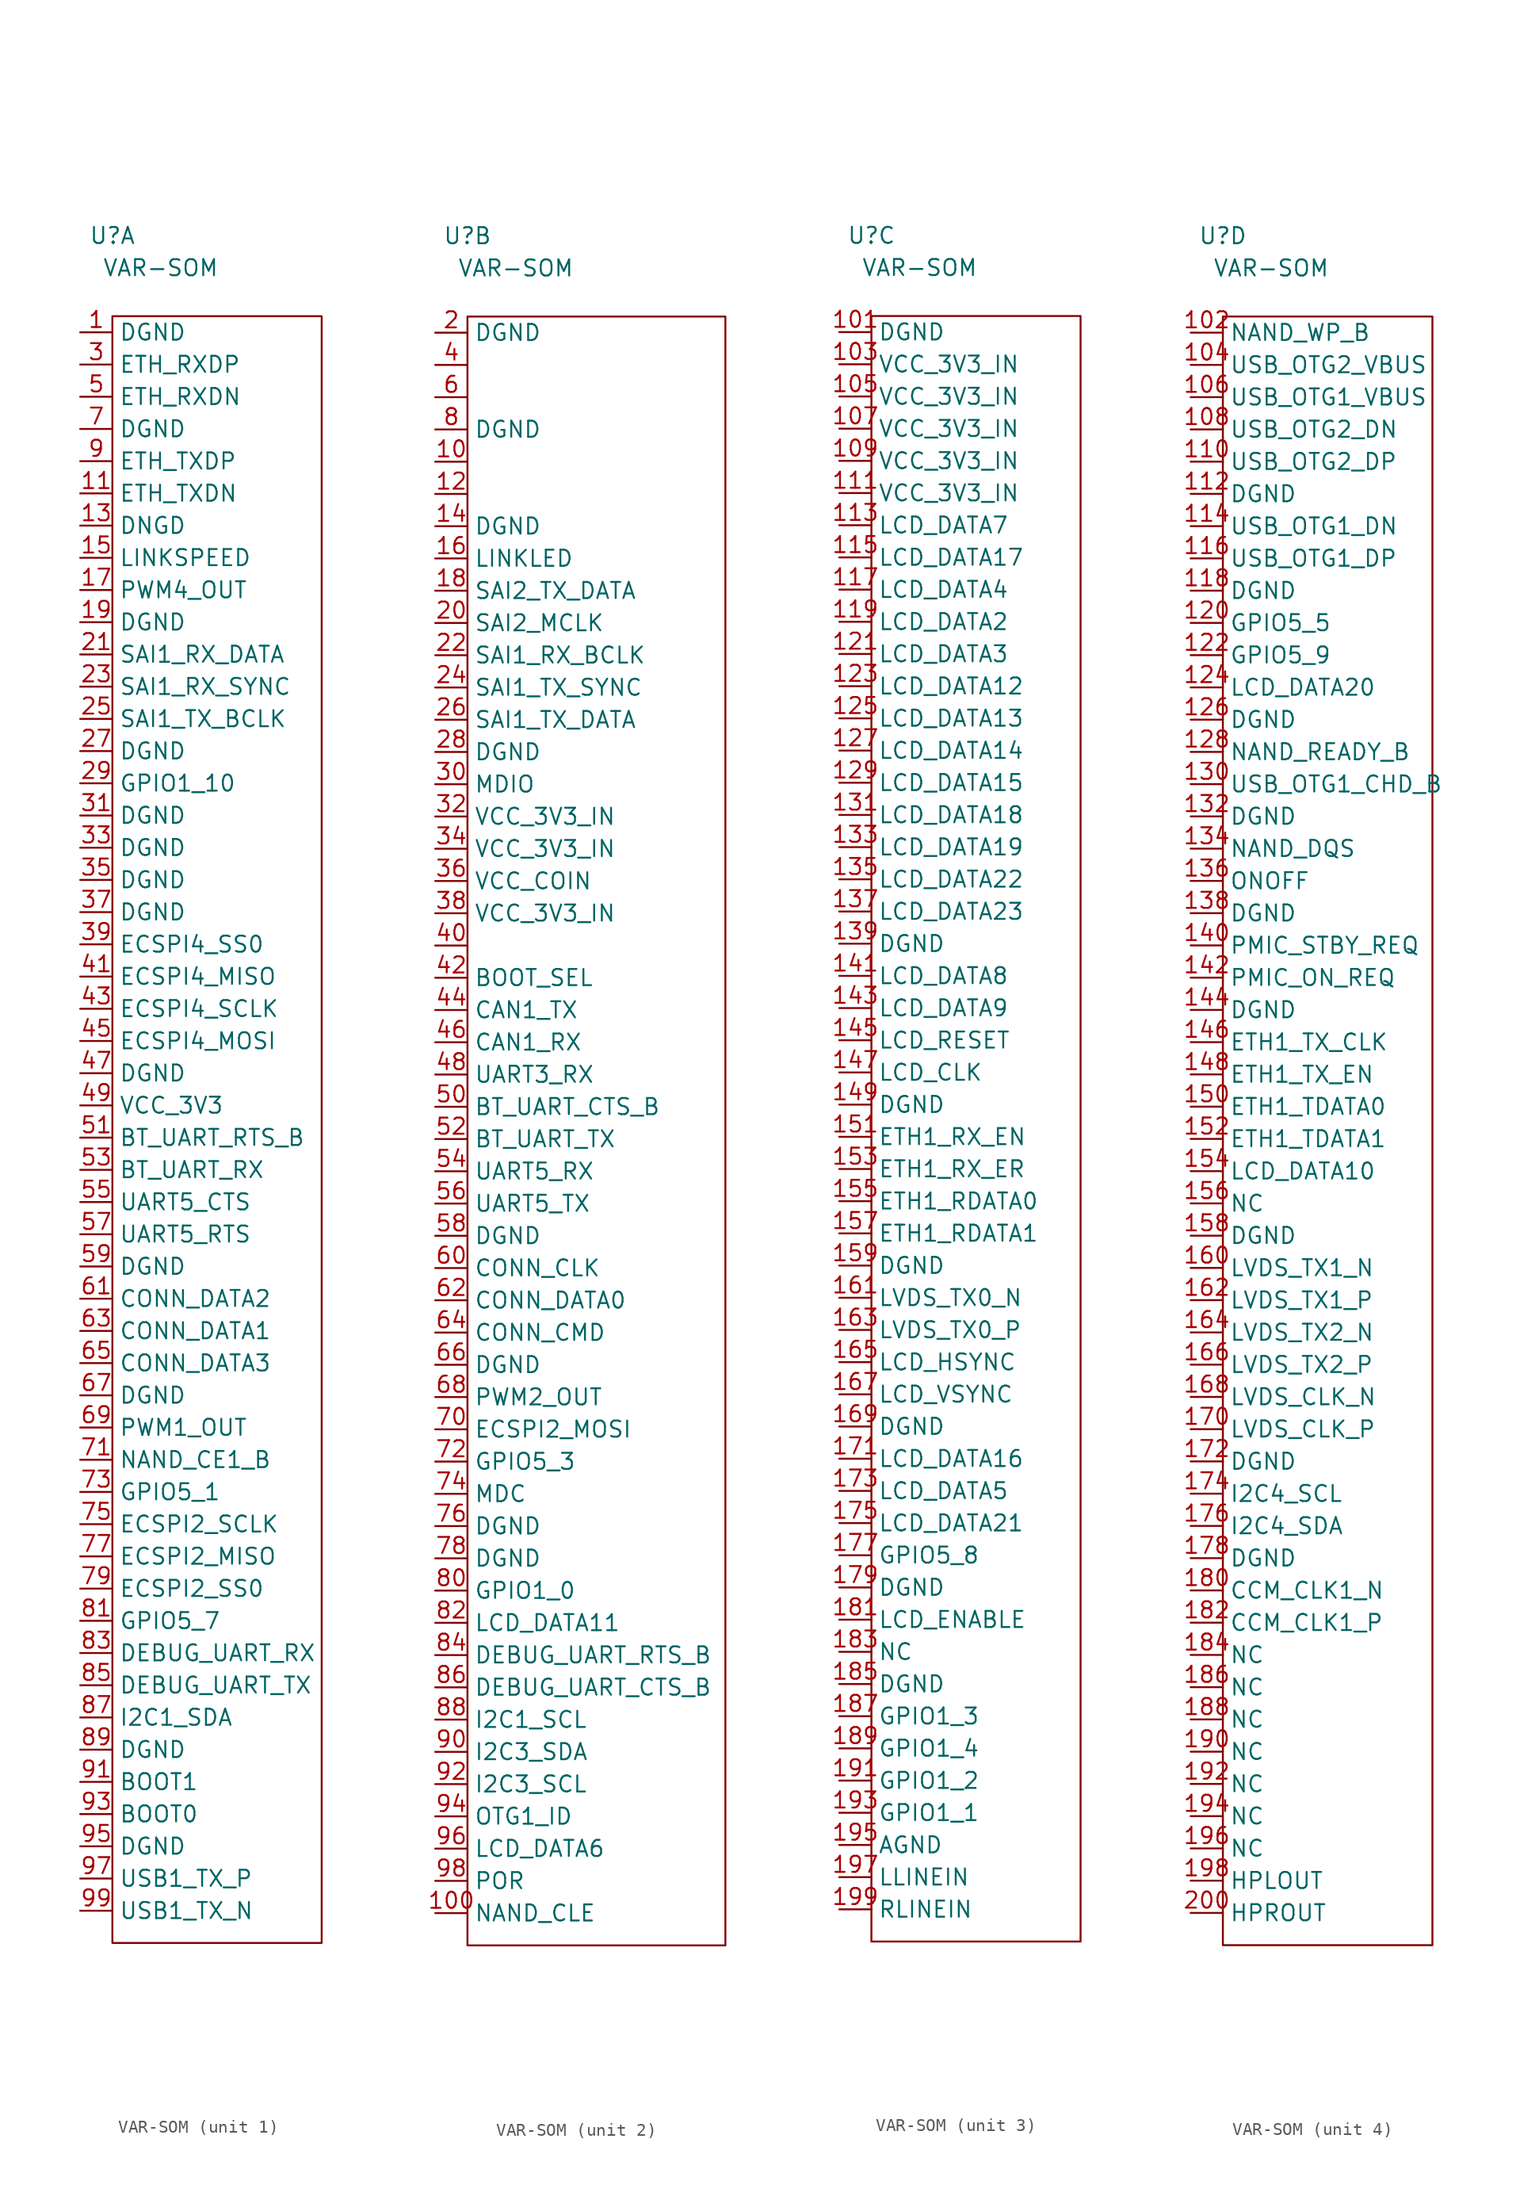
<source format=kicad_sym>
(kicad_symbol_lib
  (version 20211014)
  (generator kicad_symbol_editor)
  (symbol "VAR-SOM"
    (property "Reference" "U"
      (at -7.62 66.04 0)
      (effects (font (size 1.27 1.27))))
    (property "Value" "VAR-SOM"
      (at -3.81 63.5 0)
      (effects (font (size 1.27 1.27))))
    (property "ki_locked" ""
      (at 0 0 0)
      (effects (font (size 1.27 1.27))))
    (symbol "VAR-SOM_1_0"
      (pin unspecified line (at -10.16 58.42 0) (length 2.54) (name "DGND" (effects (font (size 1.27 1.27)))) (number "1" (effects (font (size 1.27 1.27)))))
      (pin unspecified line (at -10.16 45.72 0) (length 2.54) (name "ETH_TXDN" (effects (font (size 1.27 1.27)))) (number "11" (effects (font (size 1.27 1.27)))))
      (pin unspecified line (at -10.16 43.18 0) (length 2.54) (name "DNGD" (effects (font (size 1.27 1.27)))) (number "13" (effects (font (size 1.27 1.27)))))
      (pin unspecified line (at -10.16 40.64 0) (length 2.54) (name "LINKSPEED" (effects (font (size 1.27 1.27)))) (number "15" (effects (font (size 1.27 1.27)))))
      (pin unspecified line (at -10.16 38.1 0) (length 2.54) (name "PWM4_OUT" (effects (font (size 1.27 1.27)))) (number "17" (effects (font (size 1.27 1.27)))))
      (pin unspecified line (at -10.16 35.56 0) (length 2.54) (name "DGND" (effects (font (size 1.27 1.27)))) (number "19" (effects (font (size 1.27 1.27)))))
      (pin unspecified line (at -10.16 33.02 0) (length 2.54) (name "SAI1_RX_DATA" (effects (font (size 1.27 1.27)))) (number "21" (effects (font (size 1.27 1.27)))))
      (pin unspecified line (at -10.16 30.48 0) (length 2.54) (name "SAI1_RX_SYNC" (effects (font (size 1.27 1.27)))) (number "23" (effects (font (size 1.27 1.27)))))
      (pin unspecified line (at -10.16 27.94 0) (length 2.54) (name "SAI1_TX_BCLK" (effects (font (size 1.27 1.27)))) (number "25" (effects (font (size 1.27 1.27)))))
      (pin unspecified line (at -10.16 25.4 0) (length 2.54) (name "DGND" (effects (font (size 1.27 1.27)))) (number "27" (effects (font (size 1.27 1.27)))))
      (pin unspecified line (at -10.16 22.86 0) (length 2.54) (name "GPIO1_10" (effects (font (size 1.27 1.27)))) (number "29" (effects (font (size 1.27 1.27)))))
      (pin unspecified line (at -10.16 55.88 0) (length 2.54) (name "ETH_RXDP" (effects (font (size 1.27 1.27)))) (number "3" (effects (font (size 1.27 1.27)))))
      (pin unspecified line (at -10.16 20.32 0) (length 2.54) (name "DGND" (effects (font (size 1.27 1.27)))) (number "31" (effects (font (size 1.27 1.27)))))
      (pin unspecified line (at -10.16 17.78 0) (length 2.54) (name "DGND" (effects (font (size 1.27 1.27)))) (number "33" (effects (font (size 1.27 1.27)))))
      (pin unspecified line (at -10.16 15.24 0) (length 2.54) (name "DGND" (effects (font (size 1.27 1.27)))) (number "35" (effects (font (size 1.27 1.27)))))
      (pin unspecified line (at -10.16 12.7 0) (length 2.54) (name "DGND" (effects (font (size 1.27 1.27)))) (number "37" (effects (font (size 1.27 1.27)))))
      (pin unspecified line (at -10.16 10.16 0) (length 2.54) (name "ECSPI4_SS0" (effects (font (size 1.27 1.27)))) (number "39" (effects (font (size 1.27 1.27)))))
      (pin unspecified line (at -10.16 7.62 0) (length 2.54) (name "ECSPI4_MISO" (effects (font (size 1.27 1.27)))) (number "41" (effects (font (size 1.27 1.27)))))
      (pin unspecified line (at -10.16 5.08 0) (length 2.54) (name "ECSPI4_SCLK" (effects (font (size 1.27 1.27)))) (number "43" (effects (font (size 1.27 1.27)))))
      (pin unspecified line (at -10.16 2.54 0) (length 2.54) (name "ECSPI4_MOSI" (effects (font (size 1.27 1.27)))) (number "45" (effects (font (size 1.27 1.27)))))
      (pin unspecified line (at -10.16 0 0) (length 2.54) (name "DGND" (effects (font (size 1.27 1.27)))) (number "47" (effects (font (size 1.27 1.27)))))
      (pin unspecified line (at -10.16 -2.54 0) (length 2.54) (name "VCC_3V3" (effects (font (size 1.27 1.27)))) (number "49" (effects (font (size 1.27 1.27)))))
      (pin unspecified line (at -10.16 53.34 0) (length 2.54) (name "ETH_RXDN" (effects (font (size 1.27 1.27)))) (number "5" (effects (font (size 1.27 1.27)))))
      (pin unspecified line (at -10.16 -5.08 0) (length 2.54) (name "BT_UART_RTS_B" (effects (font (size 1.27 1.27)))) (number "51" (effects (font (size 1.27 1.27)))))
      (pin unspecified line (at -10.16 -7.62 0) (length 2.54) (name "BT_UART_RX" (effects (font (size 1.27 1.27)))) (number "53" (effects (font (size 1.27 1.27)))))
      (pin unspecified line (at -10.16 -10.16 0) (length 2.54) (name "UART5_CTS" (effects (font (size 1.27 1.27)))) (number "55" (effects (font (size 1.27 1.27)))))
      (pin unspecified line (at -10.16 -12.7 0) (length 2.54) (name "UART5_RTS" (effects (font (size 1.27 1.27)))) (number "57" (effects (font (size 1.27 1.27)))))
      (pin unspecified line (at -10.16 -15.24 0) (length 2.54) (name "DGND" (effects (font (size 1.27 1.27)))) (number "59" (effects (font (size 1.27 1.27)))))
      (pin unspecified line (at -10.16 -17.78 0) (length 2.54) (name "CONN_DATA2" (effects (font (size 1.27 1.27)))) (number "61" (effects (font (size 1.27 1.27)))))
      (pin unspecified line (at -10.16 -20.32 0) (length 2.54) (name "CONN_DATA1" (effects (font (size 1.27 1.27)))) (number "63" (effects (font (size 1.27 1.27)))))
      (pin unspecified line (at -10.16 -22.86 0) (length 2.54) (name "CONN_DATA3" (effects (font (size 1.27 1.27)))) (number "65" (effects (font (size 1.27 1.27)))))
      (pin unspecified line (at -10.16 -25.4 0) (length 2.54) (name "DGND" (effects (font (size 1.27 1.27)))) (number "67" (effects (font (size 1.27 1.27)))))
      (pin unspecified line (at -10.16 -27.94 0) (length 2.54) (name "PWM1_OUT" (effects (font (size 1.27 1.27)))) (number "69" (effects (font (size 1.27 1.27)))))
      (pin unspecified line (at -10.16 50.8 0) (length 2.54) (name "DGND" (effects (font (size 1.27 1.27)))) (number "7" (effects (font (size 1.27 1.27)))))
      (pin unspecified line (at -10.16 -30.48 0) (length 2.54) (name "NAND_CE1_B" (effects (font (size 1.27 1.27)))) (number "71" (effects (font (size 1.27 1.27)))))
      (pin unspecified line (at -10.16 -33.02 0) (length 2.54) (name "GPIO5_1" (effects (font (size 1.27 1.27)))) (number "73" (effects (font (size 1.27 1.27)))))
      (pin unspecified line (at -10.16 -35.56 0) (length 2.54) (name "ECSPI2_SCLK" (effects (font (size 1.27 1.27)))) (number "75" (effects (font (size 1.27 1.27)))))
      (pin unspecified line (at -10.16 -38.1 0) (length 2.54) (name "ECSPI2_MISO" (effects (font (size 1.27 1.27)))) (number "77" (effects (font (size 1.27 1.27)))))
      (pin unspecified line (at -10.16 -40.64 0) (length 2.54) (name "ECSPI2_SS0" (effects (font (size 1.27 1.27)))) (number "79" (effects (font (size 1.27 1.27)))))
      (pin unspecified line (at -10.16 -43.18 0) (length 2.54) (name "GPIO5_7" (effects (font (size 1.27 1.27)))) (number "81" (effects (font (size 1.27 1.27)))))
      (pin unspecified line (at -10.16 -45.72 0) (length 2.54) (name "DEBUG_UART_RX" (effects (font (size 1.27 1.27)))) (number "83" (effects (font (size 1.27 1.27)))))
      (pin unspecified line (at -10.16 -48.26 0) (length 2.54) (name "DEBUG_UART_TX" (effects (font (size 1.27 1.27)))) (number "85" (effects (font (size 1.27 1.27)))))
      (pin unspecified line (at -10.16 -50.8 0) (length 2.54) (name "I2C1_SDA" (effects (font (size 1.27 1.27)))) (number "87" (effects (font (size 1.27 1.27)))))
      (pin unspecified line (at -10.16 -53.34 0) (length 2.54) (name "DGND" (effects (font (size 1.27 1.27)))) (number "89" (effects (font (size 1.27 1.27)))))
      (pin unspecified line (at -10.16 48.26 0) (length 2.54) (name "ETH_TXDP" (effects (font (size 1.27 1.27)))) (number "9" (effects (font (size 1.27 1.27)))))
      (pin unspecified line (at -10.16 -55.88 0) (length 2.54) (name "BOOT1" (effects (font (size 1.27 1.27)))) (number "91" (effects (font (size 1.27 1.27)))))
      (pin unspecified line (at -10.16 -58.42 0) (length 2.54) (name "BOOT0" (effects (font (size 1.27 1.27)))) (number "93" (effects (font (size 1.27 1.27)))))
      (pin unspecified line (at -10.16 -60.96 0) (length 2.54) (name "DGND" (effects (font (size 1.27 1.27)))) (number "95" (effects (font (size 1.27 1.27)))))
      (pin unspecified line (at -10.16 -63.5 0) (length 2.54) (name "USB1_TX_P" (effects (font (size 1.27 1.27)))) (number "97" (effects (font (size 1.27 1.27)))))
      (pin unspecified line (at -10.16 -66.04 0) (length 2.54) (name "USB1_TX_N" (effects (font (size 1.27 1.27)))) (number "99" (effects (font (size 1.27 1.27))))))
    (symbol "VAR-SOM_1_1"
      (rectangle (start -7.62 59.69) (end 8.89 -68.58) (stroke (width 0) (type default) (color 0 0 0 0)) (fill (type none))))
    (symbol "VAR-SOM_2_0"
      (pin unspecified line (at -10.16 48.26 0) (length 2.54) (name "" (effects (font (size 1.27 1.27)))) (number "10" (effects (font (size 1.27 1.27)))))
      (pin unspecified line (at -10.16 -66.04 0) (length 2.54) (name "NAND_CLE" (effects (font (size 1.27 1.27)))) (number "100" (effects (font (size 1.27 1.27)))))
      (pin unspecified line (at -10.16 45.72 0) (length 2.54) (name "" (effects (font (size 1.27 1.27)))) (number "12" (effects (font (size 1.27 1.27)))))
      (pin unspecified line (at -10.16 43.18 0) (length 2.54) (name "DGND" (effects (font (size 1.27 1.27)))) (number "14" (effects (font (size 1.27 1.27)))))
      (pin unspecified line (at -10.16 40.64 0) (length 2.54) (name "LINKLED" (effects (font (size 1.27 1.27)))) (number "16" (effects (font (size 1.27 1.27)))))
      (pin unspecified line (at -10.16 38.1 0) (length 2.54) (name "SAI2_TX_DATA" (effects (font (size 1.27 1.27)))) (number "18" (effects (font (size 1.27 1.27)))))
      (pin unspecified line (at -10.16 58.42 0) (length 2.54) (name "DGND" (effects (font (size 1.27 1.27)))) (number "2" (effects (font (size 1.27 1.27)))))
      (pin unspecified line (at -10.16 35.56 0) (length 2.54) (name "SAI2_MCLK" (effects (font (size 1.27 1.27)))) (number "20" (effects (font (size 1.27 1.27)))))
      (pin unspecified line (at -10.16 33.02 0) (length 2.54) (name "SAI1_RX_BCLK" (effects (font (size 1.27 1.27)))) (number "22" (effects (font (size 1.27 1.27)))))
      (pin unspecified line (at -10.16 30.48 0) (length 2.54) (name "SAI1_TX_SYNC" (effects (font (size 1.27 1.27)))) (number "24" (effects (font (size 1.27 1.27)))))
      (pin unspecified line (at -10.16 27.94 0) (length 2.54) (name "SAI1_TX_DATA" (effects (font (size 1.27 1.27)))) (number "26" (effects (font (size 1.27 1.27)))))
      (pin unspecified line (at -10.16 25.4 0) (length 2.54) (name "DGND" (effects (font (size 1.27 1.27)))) (number "28" (effects (font (size 1.27 1.27)))))
      (pin unspecified line (at -10.16 22.86 0) (length 2.54) (name "MDIO" (effects (font (size 1.27 1.27)))) (number "30" (effects (font (size 1.27 1.27)))))
      (pin unspecified line (at -10.16 20.32 0) (length 2.54) (name "VCC_3V3_IN" (effects (font (size 1.27 1.27)))) (number "32" (effects (font (size 1.27 1.27)))))
      (pin unspecified line (at -10.16 17.78 0) (length 2.54) (name "VCC_3V3_IN" (effects (font (size 1.27 1.27)))) (number "34" (effects (font (size 1.27 1.27)))))
      (pin unspecified line (at -10.16 15.24 0) (length 2.54) (name "VCC_COIN" (effects (font (size 1.27 1.27)))) (number "36" (effects (font (size 1.27 1.27)))))
      (pin unspecified line (at -10.16 12.7 0) (length 2.54) (name "VCC_3V3_IN" (effects (font (size 1.27 1.27)))) (number "38" (effects (font (size 1.27 1.27)))))
      (pin unspecified line (at -10.16 55.88 0) (length 2.54) (name "" (effects (font (size 1.27 1.27)))) (number "4" (effects (font (size 1.27 1.27)))))
      (pin unspecified line (at -10.16 10.16 0) (length 2.54) (name "" (effects (font (size 1.27 1.27)))) (number "40" (effects (font (size 1.27 1.27)))))
      (pin unspecified line (at -10.16 7.62 0) (length 2.54) (name "BOOT_SEL" (effects (font (size 1.27 1.27)))) (number "42" (effects (font (size 1.27 1.27)))))
      (pin unspecified line (at -10.16 5.08 0) (length 2.54) (name "CAN1_TX" (effects (font (size 1.27 1.27)))) (number "44" (effects (font (size 1.27 1.27)))))
      (pin unspecified line (at -10.16 2.54 0) (length 2.54) (name "CAN1_RX" (effects (font (size 1.27 1.27)))) (number "46" (effects (font (size 1.27 1.27)))))
      (pin unspecified line (at -10.16 0 0) (length 2.54) (name "UART3_RX" (effects (font (size 1.27 1.27)))) (number "48" (effects (font (size 1.27 1.27)))))
      (pin unspecified line (at -10.16 -2.54 0) (length 2.54) (name "BT_UART_CTS_B" (effects (font (size 1.27 1.27)))) (number "50" (effects (font (size 1.27 1.27)))))
      (pin unspecified line (at -10.16 -5.08 0) (length 2.54) (name "BT_UART_TX" (effects (font (size 1.27 1.27)))) (number "52" (effects (font (size 1.27 1.27)))))
      (pin unspecified line (at -10.16 -7.62 0) (length 2.54) (name "UART5_RX" (effects (font (size 1.27 1.27)))) (number "54" (effects (font (size 1.27 1.27)))))
      (pin unspecified line (at -10.16 -10.16 0) (length 2.54) (name "UART5_TX" (effects (font (size 1.27 1.27)))) (number "56" (effects (font (size 1.27 1.27)))))
      (pin unspecified line (at -10.16 -12.7 0) (length 2.54) (name "DGND" (effects (font (size 1.27 1.27)))) (number "58" (effects (font (size 1.27 1.27)))))
      (pin unspecified line (at -10.16 53.34 0) (length 2.54) (name "" (effects (font (size 1.27 1.27)))) (number "6" (effects (font (size 1.27 1.27)))))
      (pin unspecified line (at -10.16 -15.24 0) (length 2.54) (name "CONN_CLK" (effects (font (size 1.27 1.27)))) (number "60" (effects (font (size 1.27 1.27)))))
      (pin unspecified line (at -10.16 -17.78 0) (length 2.54) (name "CONN_DATA0" (effects (font (size 1.27 1.27)))) (number "62" (effects (font (size 1.27 1.27)))))
      (pin unspecified line (at -10.16 -20.32 0) (length 2.54) (name "CONN_CMD" (effects (font (size 1.27 1.27)))) (number "64" (effects (font (size 1.27 1.27)))))
      (pin unspecified line (at -10.16 -22.86 0) (length 2.54) (name "DGND" (effects (font (size 1.27 1.27)))) (number "66" (effects (font (size 1.27 1.27)))))
      (pin unspecified line (at -10.16 -25.4 0) (length 2.54) (name "PWM2_OUT" (effects (font (size 1.27 1.27)))) (number "68" (effects (font (size 1.27 1.27)))))
      (pin unspecified line (at -10.16 -27.94 0) (length 2.54) (name "ECSPI2_MOSI" (effects (font (size 1.27 1.27)))) (number "70" (effects (font (size 1.27 1.27)))))
      (pin unspecified line (at -10.16 -30.48 0) (length 2.54) (name "GPIO5_3" (effects (font (size 1.27 1.27)))) (number "72" (effects (font (size 1.27 1.27)))))
      (pin unspecified line (at -10.16 -33.02 0) (length 2.54) (name "MDC" (effects (font (size 1.27 1.27)))) (number "74" (effects (font (size 1.27 1.27)))))
      (pin unspecified line (at -10.16 -35.56 0) (length 2.54) (name "DGND" (effects (font (size 1.27 1.27)))) (number "76" (effects (font (size 1.27 1.27)))))
      (pin unspecified line (at -10.16 -38.1 0) (length 2.54) (name "DGND" (effects (font (size 1.27 1.27)))) (number "78" (effects (font (size 1.27 1.27)))))
      (pin unspecified line (at -10.16 50.8 0) (length 2.54) (name "DGND" (effects (font (size 1.27 1.27)))) (number "8" (effects (font (size 1.27 1.27)))))
      (pin unspecified line (at -10.16 -40.64 0) (length 2.54) (name "GPIO1_0" (effects (font (size 1.27 1.27)))) (number "80" (effects (font (size 1.27 1.27)))))
      (pin unspecified line (at -10.16 -43.18 0) (length 2.54) (name "LCD_DATA11" (effects (font (size 1.27 1.27)))) (number "82" (effects (font (size 1.27 1.27)))))
      (pin unspecified line (at -10.16 -45.72 0) (length 2.54) (name "DEBUG_UART_RTS_B" (effects (font (size 1.27 1.27)))) (number "84" (effects (font (size 1.27 1.27)))))
      (pin unspecified line (at -10.16 -48.26 0) (length 2.54) (name "DEBUG_UART_CTS_B" (effects (font (size 1.27 1.27)))) (number "86" (effects (font (size 1.27 1.27)))))
      (pin unspecified line (at -10.16 -50.8 0) (length 2.54) (name "I2C1_SCL" (effects (font (size 1.27 1.27)))) (number "88" (effects (font (size 1.27 1.27)))))
      (pin unspecified line (at -10.16 -53.34 0) (length 2.54) (name "I2C3_SDA" (effects (font (size 1.27 1.27)))) (number "90" (effects (font (size 1.27 1.27)))))
      (pin unspecified line (at -10.16 -55.88 0) (length 2.54) (name "I2C3_SCL" (effects (font (size 1.27 1.27)))) (number "92" (effects (font (size 1.27 1.27)))))
      (pin unspecified line (at -10.16 -58.42 0) (length 2.54) (name "OTG1_ID" (effects (font (size 1.27 1.27)))) (number "94" (effects (font (size 1.27 1.27)))))
      (pin unspecified line (at -10.16 -60.96 0) (length 2.54) (name "LCD_DATA6" (effects (font (size 1.27 1.27)))) (number "96" (effects (font (size 1.27 1.27)))))
      (pin unspecified line (at -10.16 -63.5 0) (length 2.54) (name "POR" (effects (font (size 1.27 1.27)))) (number "98" (effects (font (size 1.27 1.27))))))
    (symbol "VAR-SOM_2_1"
      (rectangle (start -7.62 59.69) (end 12.7 -68.58) (stroke (width 0) (type default) (color 0 0 0 0)) (fill (type none))))
    (symbol "VAR-SOM_3_0"
      (pin unspecified line (at -10.16 58.42 0) (length 2.54) (name "DGND" (effects (font (size 1.27 1.27)))) (number "101" (effects (font (size 1.27 1.27)))))
      (pin unspecified line (at -10.16 55.88 0) (length 2.54) (name "VCC_3V3_IN" (effects (font (size 1.27 1.27)))) (number "103" (effects (font (size 1.27 1.27)))))
      (pin unspecified line (at -10.16 53.34 0) (length 2.54) (name "VCC_3V3_IN" (effects (font (size 1.27 1.27)))) (number "105" (effects (font (size 1.27 1.27)))))
      (pin unspecified line (at -10.16 50.8 0) (length 2.54) (name "VCC_3V3_IN" (effects (font (size 1.27 1.27)))) (number "107" (effects (font (size 1.27 1.27)))))
      (pin unspecified line (at -10.16 48.26 0) (length 2.54) (name "VCC_3V3_IN" (effects (font (size 1.27 1.27)))) (number "109" (effects (font (size 1.27 1.27)))))
      (pin unspecified line (at -10.16 45.72 0) (length 2.54) (name "VCC_3V3_IN" (effects (font (size 1.27 1.27)))) (number "111" (effects (font (size 1.27 1.27)))))
      (pin unspecified line (at -10.16 43.18 0) (length 2.54) (name "LCD_DATA7" (effects (font (size 1.27 1.27)))) (number "113" (effects (font (size 1.27 1.27)))))
      (pin unspecified line (at -10.16 40.64 0) (length 2.54) (name "LCD_DATA17" (effects (font (size 1.27 1.27)))) (number "115" (effects (font (size 1.27 1.27)))))
      (pin unspecified line (at -10.16 38.1 0) (length 2.54) (name "LCD_DATA4" (effects (font (size 1.27 1.27)))) (number "117" (effects (font (size 1.27 1.27)))))
      (pin unspecified line (at -10.16 35.56 0) (length 2.54) (name "LCD_DATA2" (effects (font (size 1.27 1.27)))) (number "119" (effects (font (size 1.27 1.27)))))
      (pin unspecified line (at -10.16 33.02 0) (length 2.54) (name "LCD_DATA3" (effects (font (size 1.27 1.27)))) (number "121" (effects (font (size 1.27 1.27)))))
      (pin unspecified line (at -10.16 30.48 0) (length 2.54) (name "LCD_DATA12" (effects (font (size 1.27 1.27)))) (number "123" (effects (font (size 1.27 1.27)))))
      (pin unspecified line (at -10.16 27.94 0) (length 2.54) (name "LCD_DATA13" (effects (font (size 1.27 1.27)))) (number "125" (effects (font (size 1.27 1.27)))))
      (pin unspecified line (at -10.16 25.4 0) (length 2.54) (name "LCD_DATA14" (effects (font (size 1.27 1.27)))) (number "127" (effects (font (size 1.27 1.27)))))
      (pin unspecified line (at -10.16 22.86 0) (length 2.54) (name "LCD_DATA15" (effects (font (size 1.27 1.27)))) (number "129" (effects (font (size 1.27 1.27)))))
      (pin unspecified line (at -10.16 20.32 0) (length 2.54) (name "LCD_DATA18" (effects (font (size 1.27 1.27)))) (number "131" (effects (font (size 1.27 1.27)))))
      (pin unspecified line (at -10.16 17.78 0) (length 2.54) (name "LCD_DATA19" (effects (font (size 1.27 1.27)))) (number "133" (effects (font (size 1.27 1.27)))))
      (pin unspecified line (at -10.16 15.24 0) (length 2.54) (name "LCD_DATA22" (effects (font (size 1.27 1.27)))) (number "135" (effects (font (size 1.27 1.27)))))
      (pin unspecified line (at -10.16 12.7 0) (length 2.54) (name "LCD_DATA23" (effects (font (size 1.27 1.27)))) (number "137" (effects (font (size 1.27 1.27)))))
      (pin unspecified line (at -10.16 10.16 0) (length 2.54) (name "DGND" (effects (font (size 1.27 1.27)))) (number "139" (effects (font (size 1.27 1.27)))))
      (pin unspecified line (at -10.16 7.62 0) (length 2.54) (name "LCD_DATA8" (effects (font (size 1.27 1.27)))) (number "141" (effects (font (size 1.27 1.27)))))
      (pin unspecified line (at -10.16 5.08 0) (length 2.54) (name "LCD_DATA9" (effects (font (size 1.27 1.27)))) (number "143" (effects (font (size 1.27 1.27)))))
      (pin unspecified line (at -10.16 2.54 0) (length 2.54) (name "LCD_RESET" (effects (font (size 1.27 1.27)))) (number "145" (effects (font (size 1.27 1.27)))))
      (pin unspecified line (at -10.16 0 0) (length 2.54) (name "LCD_CLK" (effects (font (size 1.27 1.27)))) (number "147" (effects (font (size 1.27 1.27)))))
      (pin unspecified line (at -10.16 -2.54 0) (length 2.54) (name "DGND" (effects (font (size 1.27 1.27)))) (number "149" (effects (font (size 1.27 1.27)))))
      (pin unspecified line (at -10.16 -5.08 0) (length 2.54) (name "ETH1_RX_EN" (effects (font (size 1.27 1.27)))) (number "151" (effects (font (size 1.27 1.27)))))
      (pin unspecified line (at -10.16 -7.62 0) (length 2.54) (name "ETH1_RX_ER" (effects (font (size 1.27 1.27)))) (number "153" (effects (font (size 1.27 1.27)))))
      (pin unspecified line (at -10.16 -10.16 0) (length 2.54) (name "ETH1_RDATA0" (effects (font (size 1.27 1.27)))) (number "155" (effects (font (size 1.27 1.27)))))
      (pin unspecified line (at -10.16 -12.7 0) (length 2.54) (name "ETH1_RDATA1" (effects (font (size 1.27 1.27)))) (number "157" (effects (font (size 1.27 1.27)))))
      (pin unspecified line (at -10.16 -15.24 0) (length 2.54) (name "DGND" (effects (font (size 1.27 1.27)))) (number "159" (effects (font (size 1.27 1.27)))))
      (pin unspecified line (at -10.16 -17.78 0) (length 2.54) (name "LVDS_TX0_N" (effects (font (size 1.27 1.27)))) (number "161" (effects (font (size 1.27 1.27)))))
      (pin unspecified line (at -10.16 -20.32 0) (length 2.54) (name "LVDS_TX0_P" (effects (font (size 1.27 1.27)))) (number "163" (effects (font (size 1.27 1.27)))))
      (pin unspecified line (at -10.16 -22.86 0) (length 2.54) (name "LCD_HSYNC" (effects (font (size 1.27 1.27)))) (number "165" (effects (font (size 1.27 1.27)))))
      (pin unspecified line (at -10.16 -25.4 0) (length 2.54) (name "LCD_VSYNC" (effects (font (size 1.27 1.27)))) (number "167" (effects (font (size 1.27 1.27)))))
      (pin unspecified line (at -10.16 -27.94 0) (length 2.54) (name "DGND" (effects (font (size 1.27 1.27)))) (number "169" (effects (font (size 1.27 1.27)))))
      (pin unspecified line (at -10.16 -30.48 0) (length 2.54) (name "LCD_DATA16" (effects (font (size 1.27 1.27)))) (number "171" (effects (font (size 1.27 1.27)))))
      (pin unspecified line (at -10.16 -33.02 0) (length 2.54) (name "LCD_DATA5" (effects (font (size 1.27 1.27)))) (number "173" (effects (font (size 1.27 1.27)))))
      (pin unspecified line (at -10.16 -35.56 0) (length 2.54) (name "LCD_DATA21" (effects (font (size 1.27 1.27)))) (number "175" (effects (font (size 1.27 1.27)))))
      (pin unspecified line (at -10.16 -38.1 0) (length 2.54) (name "GPIO5_8" (effects (font (size 1.27 1.27)))) (number "177" (effects (font (size 1.27 1.27)))))
      (pin unspecified line (at -10.16 -40.64 0) (length 2.54) (name "DGND" (effects (font (size 1.27 1.27)))) (number "179" (effects (font (size 1.27 1.27)))))
      (pin unspecified line (at -10.16 -43.18 0) (length 2.54) (name "LCD_ENABLE" (effects (font (size 1.27 1.27)))) (number "181" (effects (font (size 1.27 1.27)))))
      (pin unspecified line (at -10.16 -45.72 0) (length 2.54) (name "NC" (effects (font (size 1.27 1.27)))) (number "183" (effects (font (size 1.27 1.27)))))
      (pin unspecified line (at -10.16 -48.26 0) (length 2.54) (name "DGND" (effects (font (size 1.27 1.27)))) (number "185" (effects (font (size 1.27 1.27)))))
      (pin unspecified line (at -10.16 -50.8 0) (length 2.54) (name "GPIO1_3" (effects (font (size 1.27 1.27)))) (number "187" (effects (font (size 1.27 1.27)))))
      (pin unspecified line (at -10.16 -53.34 0) (length 2.54) (name "GPIO1_4" (effects (font (size 1.27 1.27)))) (number "189" (effects (font (size 1.27 1.27)))))
      (pin unspecified line (at -10.16 -55.88 0) (length 2.54) (name "GPIO1_2" (effects (font (size 1.27 1.27)))) (number "191" (effects (font (size 1.27 1.27)))))
      (pin unspecified line (at -10.16 -58.42 0) (length 2.54) (name "GPIO1_1" (effects (font (size 1.27 1.27)))) (number "193" (effects (font (size 1.27 1.27)))))
      (pin unspecified line (at -10.16 -60.96 0) (length 2.54) (name "AGND" (effects (font (size 1.27 1.27)))) (number "195" (effects (font (size 1.27 1.27)))))
      (pin unspecified line (at -10.16 -63.5 0) (length 2.54) (name "LLINEIN" (effects (font (size 1.27 1.27)))) (number "197" (effects (font (size 1.27 1.27)))))
      (pin unspecified line (at -10.16 -66.04 0) (length 2.54) (name "RLINEIN" (effects (font (size 1.27 1.27)))) (number "199" (effects (font (size 1.27 1.27))))))
    (symbol "VAR-SOM_3_1"
      (rectangle (start -7.62 59.69) (end 8.89 -68.58) (stroke (width 0) (type default) (color 0 0 0 0)) (fill (type none))))
    (symbol "VAR-SOM_4_0"
      (pin unspecified line (at -10.16 58.42 0) (length 2.54) (name "NAND_WP_B" (effects (font (size 1.27 1.27)))) (number "102" (effects (font (size 1.27 1.27)))))
      (pin unspecified line (at -10.16 55.88 0) (length 2.54) (name "USB_OTG2_VBUS" (effects (font (size 1.27 1.27)))) (number "104" (effects (font (size 1.27 1.27)))))
      (pin unspecified line (at -10.16 53.34 0) (length 2.54) (name "USB_OTG1_VBUS" (effects (font (size 1.27 1.27)))) (number "106" (effects (font (size 1.27 1.27)))))
      (pin unspecified line (at -10.16 50.8 0) (length 2.54) (name "USB_OTG2_DN" (effects (font (size 1.27 1.27)))) (number "108" (effects (font (size 1.27 1.27)))))
      (pin unspecified line (at -10.16 48.26 0) (length 2.54) (name "USB_OTG2_DP" (effects (font (size 1.27 1.27)))) (number "110" (effects (font (size 1.27 1.27)))))
      (pin unspecified line (at -10.16 45.72 0) (length 2.54) (name "DGND" (effects (font (size 1.27 1.27)))) (number "112" (effects (font (size 1.27 1.27)))))
      (pin unspecified line (at -10.16 43.18 0) (length 2.54) (name "USB_OTG1_DN" (effects (font (size 1.27 1.27)))) (number "114" (effects (font (size 1.27 1.27)))))
      (pin unspecified line (at -10.16 40.64 0) (length 2.54) (name "USB_OTG1_DP" (effects (font (size 1.27 1.27)))) (number "116" (effects (font (size 1.27 1.27)))))
      (pin unspecified line (at -10.16 38.1 0) (length 2.54) (name "DGND" (effects (font (size 1.27 1.27)))) (number "118" (effects (font (size 1.27 1.27)))))
      (pin unspecified line (at -10.16 35.56 0) (length 2.54) (name "GPIO5_5" (effects (font (size 1.27 1.27)))) (number "120" (effects (font (size 1.27 1.27)))))
      (pin unspecified line (at -10.16 33.02 0) (length 2.54) (name "GPIO5_9" (effects (font (size 1.27 1.27)))) (number "122" (effects (font (size 1.27 1.27)))))
      (pin unspecified line (at -10.16 30.48 0) (length 2.54) (name "LCD_DATA20" (effects (font (size 1.27 1.27)))) (number "124" (effects (font (size 1.27 1.27)))))
      (pin unspecified line (at -10.16 27.94 0) (length 2.54) (name "DGND" (effects (font (size 1.27 1.27)))) (number "126" (effects (font (size 1.27 1.27)))))
      (pin unspecified line (at -10.16 25.4 0) (length 2.54) (name "NAND_READY_B" (effects (font (size 1.27 1.27)))) (number "128" (effects (font (size 1.27 1.27)))))
      (pin unspecified line (at -10.16 22.86 0) (length 2.54) (name "USB_OTG1_CHD_B" (effects (font (size 1.27 1.27)))) (number "130" (effects (font (size 1.27 1.27)))))
      (pin unspecified line (at -10.16 20.32 0) (length 2.54) (name "DGND" (effects (font (size 1.27 1.27)))) (number "132" (effects (font (size 1.27 1.27)))))
      (pin unspecified line (at -10.16 17.78 0) (length 2.54) (name "NAND_DQS" (effects (font (size 1.27 1.27)))) (number "134" (effects (font (size 1.27 1.27)))))
      (pin unspecified line (at -10.16 15.24 0) (length 2.54) (name "ONOFF" (effects (font (size 1.27 1.27)))) (number "136" (effects (font (size 1.27 1.27)))))
      (pin unspecified line (at -10.16 12.7 0) (length 2.54) (name "DGND" (effects (font (size 1.27 1.27)))) (number "138" (effects (font (size 1.27 1.27)))))
      (pin unspecified line (at -10.16 10.16 0) (length 2.54) (name "PMIC_STBY_REQ" (effects (font (size 1.27 1.27)))) (number "140" (effects (font (size 1.27 1.27)))))
      (pin unspecified line (at -10.16 7.62 0) (length 2.54) (name "PMIC_ON_REQ" (effects (font (size 1.27 1.27)))) (number "142" (effects (font (size 1.27 1.27)))))
      (pin unspecified line (at -10.16 5.08 0) (length 2.54) (name "DGND" (effects (font (size 1.27 1.27)))) (number "144" (effects (font (size 1.27 1.27)))))
      (pin unspecified line (at -10.16 2.54 0) (length 2.54) (name "ETH1_TX_CLK" (effects (font (size 1.27 1.27)))) (number "146" (effects (font (size 1.27 1.27)))))
      (pin unspecified line (at -10.16 0 0) (length 2.54) (name "ETH1_TX_EN" (effects (font (size 1.27 1.27)))) (number "148" (effects (font (size 1.27 1.27)))))
      (pin unspecified line (at -10.16 -2.54 0) (length 2.54) (name "ETH1_TDATA0" (effects (font (size 1.27 1.27)))) (number "150" (effects (font (size 1.27 1.27)))))
      (pin unspecified line (at -10.16 -5.08 0) (length 2.54) (name "ETH1_TDATA1" (effects (font (size 1.27 1.27)))) (number "152" (effects (font (size 1.27 1.27)))))
      (pin unspecified line (at -10.16 -7.62 0) (length 2.54) (name "LCD_DATA10" (effects (font (size 1.27 1.27)))) (number "154" (effects (font (size 1.27 1.27)))))
      (pin unspecified line (at -10.16 -10.16 0) (length 2.54) (name "NC" (effects (font (size 1.27 1.27)))) (number "156" (effects (font (size 1.27 1.27)))))
      (pin unspecified line (at -10.16 -12.7 0) (length 2.54) (name "DGND" (effects (font (size 1.27 1.27)))) (number "158" (effects (font (size 1.27 1.27)))))
      (pin unspecified line (at -10.16 -15.24 0) (length 2.54) (name "LVDS_TX1_N" (effects (font (size 1.27 1.27)))) (number "160" (effects (font (size 1.27 1.27)))))
      (pin unspecified line (at -10.16 -17.78 0) (length 2.54) (name "LVDS_TX1_P" (effects (font (size 1.27 1.27)))) (number "162" (effects (font (size 1.27 1.27)))))
      (pin unspecified line (at -10.16 -20.32 0) (length 2.54) (name "LVDS_TX2_N" (effects (font (size 1.27 1.27)))) (number "164" (effects (font (size 1.27 1.27)))))
      (pin unspecified line (at -10.16 -22.86 0) (length 2.54) (name "LVDS_TX2_P" (effects (font (size 1.27 1.27)))) (number "166" (effects (font (size 1.27 1.27)))))
      (pin unspecified line (at -10.16 -25.4 0) (length 2.54) (name "LVDS_CLK_N" (effects (font (size 1.27 1.27)))) (number "168" (effects (font (size 1.27 1.27)))))
      (pin unspecified line (at -10.16 -27.94 0) (length 2.54) (name "LVDS_CLK_P" (effects (font (size 1.27 1.27)))) (number "170" (effects (font (size 1.27 1.27)))))
      (pin unspecified line (at -10.16 -30.48 0) (length 2.54) (name "DGND" (effects (font (size 1.27 1.27)))) (number "172" (effects (font (size 1.27 1.27)))))
      (pin unspecified line (at -10.16 -33.02 0) (length 2.54) (name "I2C4_SCL" (effects (font (size 1.27 1.27)))) (number "174" (effects (font (size 1.27 1.27)))))
      (pin unspecified line (at -10.16 -35.56 0) (length 2.54) (name "I2C4_SDA" (effects (font (size 1.27 1.27)))) (number "176" (effects (font (size 1.27 1.27)))))
      (pin unspecified line (at -10.16 -38.1 0) (length 2.54) (name "DGND" (effects (font (size 1.27 1.27)))) (number "178" (effects (font (size 1.27 1.27)))))
      (pin unspecified line (at -10.16 -40.64 0) (length 2.54) (name "CCM_CLK1_N" (effects (font (size 1.27 1.27)))) (number "180" (effects (font (size 1.27 1.27)))))
      (pin unspecified line (at -10.16 -43.18 0) (length 2.54) (name "CCM_CLK1_P" (effects (font (size 1.27 1.27)))) (number "182" (effects (font (size 1.27 1.27)))))
      (pin unspecified line (at -10.16 -45.72 0) (length 2.54) (name "NC" (effects (font (size 1.27 1.27)))) (number "184" (effects (font (size 1.27 1.27)))))
      (pin unspecified line (at -10.16 -48.26 0) (length 2.54) (name "NC" (effects (font (size 1.27 1.27)))) (number "186" (effects (font (size 1.27 1.27)))))
      (pin unspecified line (at -10.16 -50.8 0) (length 2.54) (name "NC" (effects (font (size 1.27 1.27)))) (number "188" (effects (font (size 1.27 1.27)))))
      (pin unspecified line (at -10.16 -53.34 0) (length 2.54) (name "NC" (effects (font (size 1.27 1.27)))) (number "190" (effects (font (size 1.27 1.27)))))
      (pin unspecified line (at -10.16 -55.88 0) (length 2.54) (name "NC" (effects (font (size 1.27 1.27)))) (number "192" (effects (font (size 1.27 1.27)))))
      (pin unspecified line (at -10.16 -58.42 0) (length 2.54) (name "NC" (effects (font (size 1.27 1.27)))) (number "194" (effects (font (size 1.27 1.27)))))
      (pin unspecified line (at -10.16 -60.96 0) (length 2.54) (name "NC" (effects (font (size 1.27 1.27)))) (number "196" (effects (font (size 1.27 1.27)))))
      (pin unspecified line (at -10.16 -63.5 0) (length 2.54) (name "HPLOUT" (effects (font (size 1.27 1.27)))) (number "198" (effects (font (size 1.27 1.27)))))
      (pin unspecified line (at -10.16 -66.04 0) (length 2.54) (name "HPROUT" (effects (font (size 1.27 1.27)))) (number "200" (effects (font (size 1.27 1.27))))))
    (symbol "VAR-SOM_4_1"
      (rectangle (start -7.62 59.69) (end 8.89 -68.58) (stroke (width 0) (type default) (color 0 0 0 0)) (fill (type none))))))
</source>
